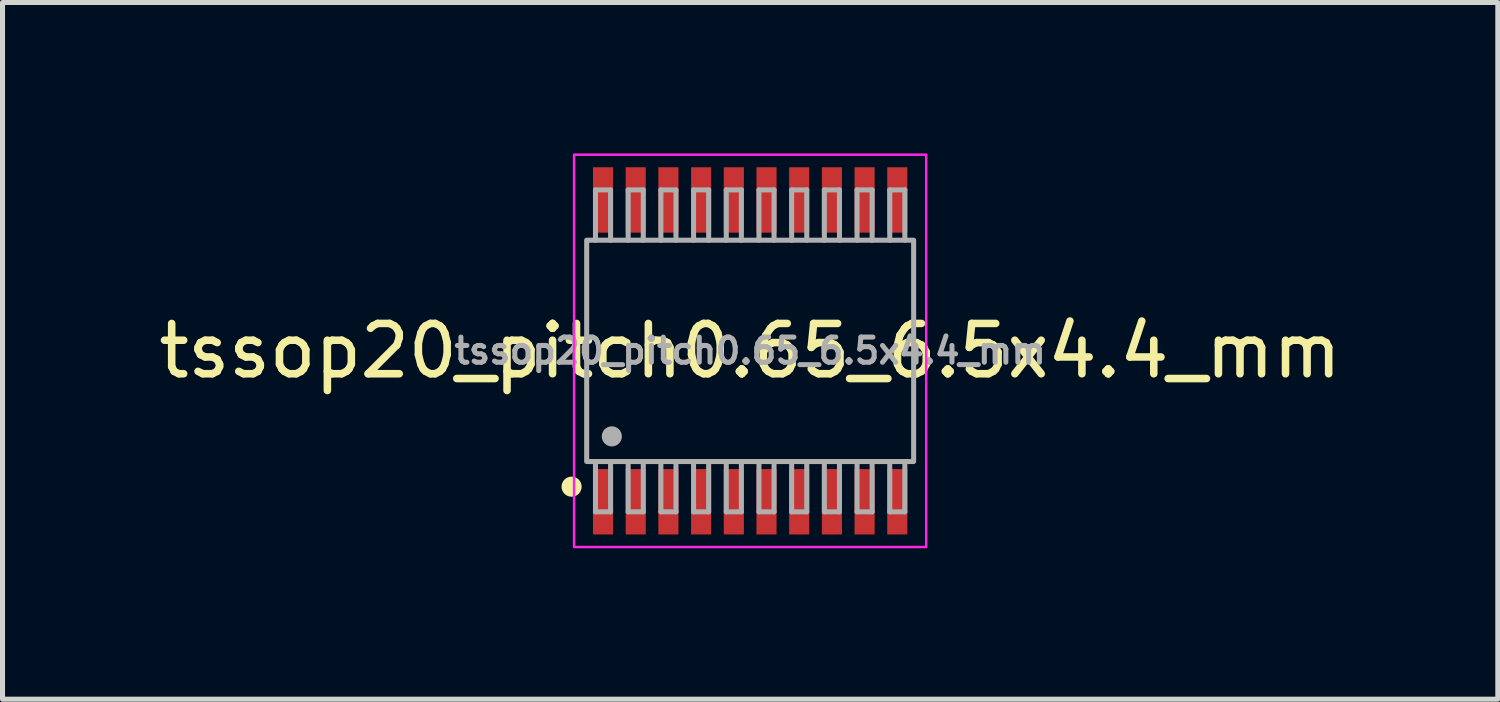
<source format=kicad_pcb>
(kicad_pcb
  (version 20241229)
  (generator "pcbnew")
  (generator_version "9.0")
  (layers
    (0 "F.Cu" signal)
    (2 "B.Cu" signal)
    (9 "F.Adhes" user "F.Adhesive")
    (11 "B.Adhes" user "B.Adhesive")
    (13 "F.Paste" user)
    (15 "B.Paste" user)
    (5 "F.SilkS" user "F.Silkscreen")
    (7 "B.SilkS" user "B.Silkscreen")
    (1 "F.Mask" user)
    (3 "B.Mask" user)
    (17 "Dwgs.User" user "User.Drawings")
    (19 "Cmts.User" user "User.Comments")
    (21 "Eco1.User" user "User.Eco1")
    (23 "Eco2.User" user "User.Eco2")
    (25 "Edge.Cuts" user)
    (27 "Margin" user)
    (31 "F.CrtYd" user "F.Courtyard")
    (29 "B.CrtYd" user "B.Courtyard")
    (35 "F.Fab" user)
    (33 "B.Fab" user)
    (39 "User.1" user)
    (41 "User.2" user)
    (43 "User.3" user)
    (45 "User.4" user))
  (footprint "tssop20_pitch0.65_6.5x4.4_mm"
    (layer "F.Cu")
    (at 11.863 3.925)
    (property "Reference" "tssop20_pitch0.65_6.5x4.4_mm" (at 0 0 0) (layer "F.SilkS") (effects (font (size 1 1) (thickness 0.15))))
    (attr smd)
    (fp_circle (center -3.55 2.7) (end -3.45 2.7) (stroke (width 0.2) (type solid)) (fill no) (layer "F.SilkS"))
    (fp_rect (start -3.5 3.9) (end 3.5 -3.9) (stroke (width 0.05) (type default)) (fill no) (layer "F.CrtYd"))
    (fp_line (start -3.075 -3.2) (end -3.075 -2.2) (stroke (width 0.1) (type solid)) (layer "F.Fab"))
    (fp_line (start -3.075 2.2) (end -3.075 3.2) (stroke (width 0.1) (type solid)) (layer "F.Fab"))
    (fp_line (start -3.075 3.2) (end -2.775 3.2) (stroke (width 0.1) (type solid)) (layer "F.Fab"))
    (fp_line (start -2.775 -3.2) (end -3.075 -3.2) (stroke (width 0.1) (type solid)) (layer "F.Fab"))
    (fp_line (start -2.775 -2.2) (end -2.775 -3.2) (stroke (width 0.1) (type solid)) (layer "F.Fab"))
    (fp_line (start -2.775 3.2) (end -2.775 2.2) (stroke (width 0.1) (type solid)) (layer "F.Fab"))
    (fp_line (start -2.425 -3.2) (end -2.425 -2.2) (stroke (width 0.1) (type solid)) (layer "F.Fab"))
    (fp_line (start -2.425 2.2) (end -2.425 3.2) (stroke (width 0.1) (type solid)) (layer "F.Fab"))
    (fp_line (start -2.425 3.2) (end -2.125 3.2) (stroke (width 0.1) (type solid)) (layer "F.Fab"))
    (fp_line (start -2.125 -3.2) (end -2.425 -3.2) (stroke (width 0.1) (type solid)) (layer "F.Fab"))
    (fp_line (start -2.125 -2.2) (end -2.125 -3.2) (stroke (width 0.1) (type solid)) (layer "F.Fab"))
    (fp_line (start -2.125 3.2) (end -2.125 2.2) (stroke (width 0.1) (type solid)) (layer "F.Fab"))
    (fp_line (start -1.775 -3.2) (end -1.775 -2.2) (stroke (width 0.1) (type solid)) (layer "F.Fab"))
    (fp_line (start -1.775 2.2) (end -1.775 3.2) (stroke (width 0.1) (type solid)) (layer "F.Fab"))
    (fp_line (start -1.775 3.2) (end -1.475 3.2) (stroke (width 0.1) (type solid)) (layer "F.Fab"))
    (fp_line (start -1.475 -3.2) (end -1.775 -3.2) (stroke (width 0.1) (type solid)) (layer "F.Fab"))
    (fp_line (start -1.475 -2.2) (end -1.475 -3.2) (stroke (width 0.1) (type solid)) (layer "F.Fab"))
    (fp_line (start -1.475 3.2) (end -1.475 2.2) (stroke (width 0.1) (type solid)) (layer "F.Fab"))
    (fp_line (start -1.125 -3.2) (end -1.125 -2.2) (stroke (width 0.1) (type solid)) (layer "F.Fab"))
    (fp_line (start -1.125 2.2) (end -1.125 3.2) (stroke (width 0.1) (type solid)) (layer "F.Fab"))
    (fp_line (start -1.125 3.2) (end -0.825 3.2) (stroke (width 0.1) (type solid)) (layer "F.Fab"))
    (fp_line (start -0.825 -3.2) (end -1.125 -3.2) (stroke (width 0.1) (type solid)) (layer "F.Fab"))
    (fp_line (start -0.825 -2.2) (end -0.825 -3.2) (stroke (width 0.1) (type solid)) (layer "F.Fab"))
    (fp_line (start -0.825 3.2) (end -0.825 2.2) (stroke (width 0.1) (type solid)) (layer "F.Fab"))
    (fp_line (start -0.475 -3.2) (end -0.475 -2.2) (stroke (width 0.1) (type solid)) (layer "F.Fab"))
    (fp_line (start -0.475 2.2) (end -0.475 3.2) (stroke (width 0.1) (type solid)) (layer "F.Fab"))
    (fp_line (start -0.475 3.2) (end -0.175 3.2) (stroke (width 0.1) (type solid)) (layer "F.Fab"))
    (fp_line (start -0.175 -3.2) (end -0.475 -3.2) (stroke (width 0.1) (type solid)) (layer "F.Fab"))
    (fp_line (start -0.175 -2.2) (end -0.175 -3.2) (stroke (width 0.1) (type solid)) (layer "F.Fab"))
    (fp_line (start -0.175 3.2) (end -0.175 2.2) (stroke (width 0.1) (type solid)) (layer "F.Fab"))
    (fp_line (start 0.175 -3.2) (end 0.175 -2.2) (stroke (width 0.1) (type solid)) (layer "F.Fab"))
    (fp_line (start 0.175 2.2) (end 0.175 3.2) (stroke (width 0.1) (type solid)) (layer "F.Fab"))
    (fp_line (start 0.175 3.2) (end 0.475 3.2) (stroke (width 0.1) (type solid)) (layer "F.Fab"))
    (fp_line (start 0.475 -3.2) (end 0.175 -3.2) (stroke (width 0.1) (type solid)) (layer "F.Fab"))
    (fp_line (start 0.475 -2.2) (end 0.475 -3.2) (stroke (width 0.1) (type solid)) (layer "F.Fab"))
    (fp_line (start 0.475 3.2) (end 0.475 2.2) (stroke (width 0.1) (type solid)) (layer "F.Fab"))
    (fp_line (start 0.825 -3.2) (end 0.825 -2.2) (stroke (width 0.1) (type solid)) (layer "F.Fab"))
    (fp_line (start 0.825 2.2) (end 0.825 3.2) (stroke (width 0.1) (type solid)) (layer "F.Fab"))
    (fp_line (start 0.825 3.2) (end 1.125 3.2) (stroke (width 0.1) (type solid)) (layer "F.Fab"))
    (fp_line (start 1.125 -3.2) (end 0.825 -3.2) (stroke (width 0.1) (type solid)) (layer "F.Fab"))
    (fp_line (start 1.125 -2.2) (end 1.125 -3.2) (stroke (width 0.1) (type solid)) (layer "F.Fab"))
    (fp_line (start 1.125 3.2) (end 1.125 2.2) (stroke (width 0.1) (type solid)) (layer "F.Fab"))
    (fp_line (start 1.475 -3.2) (end 1.475 -2.2) (stroke (width 0.1) (type solid)) (layer "F.Fab"))
    (fp_line (start 1.475 2.2) (end 1.475 3.2) (stroke (width 0.1) (type solid)) (layer "F.Fab"))
    (fp_line (start 1.475 3.2) (end 1.775 3.2) (stroke (width 0.1) (type solid)) (layer "F.Fab"))
    (fp_line (start 1.775 -3.2) (end 1.475 -3.2) (stroke (width 0.1) (type solid)) (layer "F.Fab"))
    (fp_line (start 1.775 -2.2) (end 1.775 -3.2) (stroke (width 0.1) (type solid)) (layer "F.Fab"))
    (fp_line (start 1.775 3.2) (end 1.775 2.2) (stroke (width 0.1) (type solid)) (layer "F.Fab"))
    (fp_line (start 2.125 -3.2) (end 2.125 -2.2) (stroke (width 0.1) (type solid)) (layer "F.Fab"))
    (fp_line (start 2.125 2.2) (end 2.125 3.2) (stroke (width 0.1) (type solid)) (layer "F.Fab"))
    (fp_line (start 2.125 3.2) (end 2.425 3.2) (stroke (width 0.1) (type solid)) (layer "F.Fab"))
    (fp_line (start 2.425 -3.2) (end 2.125 -3.2) (stroke (width 0.1) (type solid)) (layer "F.Fab"))
    (fp_line (start 2.425 -2.2) (end 2.425 -3.2) (stroke (width 0.1) (type solid)) (layer "F.Fab"))
    (fp_line (start 2.425 3.2) (end 2.425 2.2) (stroke (width 0.1) (type solid)) (layer "F.Fab"))
    (fp_line (start 2.775 -3.2) (end 2.775 -2.2) (stroke (width 0.1) (type solid)) (layer "F.Fab"))
    (fp_line (start 2.775 2.2) (end 2.775 3.2) (stroke (width 0.1) (type solid)) (layer "F.Fab"))
    (fp_line (start 2.775 3.2) (end 3.075 3.2) (stroke (width 0.1) (type solid)) (layer "F.Fab"))
    (fp_line (start 3.075 -3.2) (end 2.775 -3.2) (stroke (width 0.1) (type solid)) (layer "F.Fab"))
    (fp_line (start 3.075 -2.2) (end 3.075 -3.2) (stroke (width 0.1) (type solid)) (layer "F.Fab"))
    (fp_line (start 3.075 3.2) (end 3.075 2.2) (stroke (width 0.1) (type solid)) (layer "F.Fab"))
    (fp_rect (start -3.25 -2.2) (end 3.25 2.2) (stroke (width 0.1) (type default)) (fill no) (layer "F.Fab"))
    (fp_circle (center -2.75 1.7) (end -2.65 1.7) (stroke (width 0.2) (type solid)) (fill no) (layer "F.Fab"))
    (fp_text user "${REFERENCE}" (at 0 0 0) (layer "F.Fab") (effects (font (size 0.5 0.5) (thickness 0.1))))
    (pad "1" smd rect (at -2.925 3) (size 0.4 1.3) (layers "F.Cu" "F.Mask" "F.Paste"))
    (pad "2" smd rect (at -2.275 3) (size 0.4 1.3) (layers "F.Cu" "F.Mask" "F.Paste"))
    (pad "3" smd rect (at -1.625 3) (size 0.4 1.3) (layers "F.Cu" "F.Mask" "F.Paste"))
    (pad "4" smd rect (at -0.975 3) (size 0.4 1.3) (layers "F.Cu" "F.Mask" "F.Paste"))
    (pad "5" smd rect (at -0.325 3) (size 0.4 1.3) (layers "F.Cu" "F.Mask" "F.Paste"))
    (pad "6" smd rect (at 0.325 3) (size 0.4 1.3) (layers "F.Cu" "F.Mask" "F.Paste"))
    (pad "7" smd rect (at 0.975 3) (size 0.4 1.3) (layers "F.Cu" "F.Mask" "F.Paste"))
    (pad "8" smd rect (at 1.625 3) (size 0.4 1.3) (layers "F.Cu" "F.Mask" "F.Paste"))
    (pad "9" smd rect (at 2.275 3) (size 0.4 1.3) (layers "F.Cu" "F.Mask" "F.Paste"))
    (pad "10" smd rect (at 2.925 3) (size 0.4 1.3) (layers "F.Cu" "F.Mask" "F.Paste"))
    (pad "11" smd rect (at 2.925 -3) (size 0.4 1.3) (layers "F.Cu" "F.Mask" "F.Paste"))
    (pad "12" smd rect (at 2.275 -3) (size 0.4 1.3) (layers "F.Cu" "F.Mask" "F.Paste"))
    (pad "13" smd rect (at 1.625 -3) (size 0.4 1.3) (layers "F.Cu" "F.Mask" "F.Paste"))
    (pad "14" smd rect (at 0.975 -3) (size 0.4 1.3) (layers "F.Cu" "F.Mask" "F.Paste"))
    (pad "15" smd rect (at 0.325 -3) (size 0.4 1.3) (layers "F.Cu" "F.Mask" "F.Paste"))
    (pad "16" smd rect (at -0.325 -3) (size 0.4 1.3) (layers "F.Cu" "F.Mask" "F.Paste"))
    (pad "17" smd rect (at -0.975 -3) (size 0.4 1.3) (layers "F.Cu" "F.Mask" "F.Paste"))
    (pad "18" smd rect (at -1.625 -3) (size 0.4 1.3) (layers "F.Cu" "F.Mask" "F.Paste"))
    (pad "19" smd rect (at -2.275 -3) (size 0.4 1.3) (layers "F.Cu" "F.Mask" "F.Paste"))
    (pad "20" smd rect (at -2.925 -3) (size 0.4 1.3) (layers "F.Cu" "F.Mask" "F.Paste")))
  (gr_rect
    (start -3 -3)
    (end 26.726 10.85)
    (stroke (width 0.1) (type default))
    (fill no)
    (layer "Edge.Cuts")))
</source>
